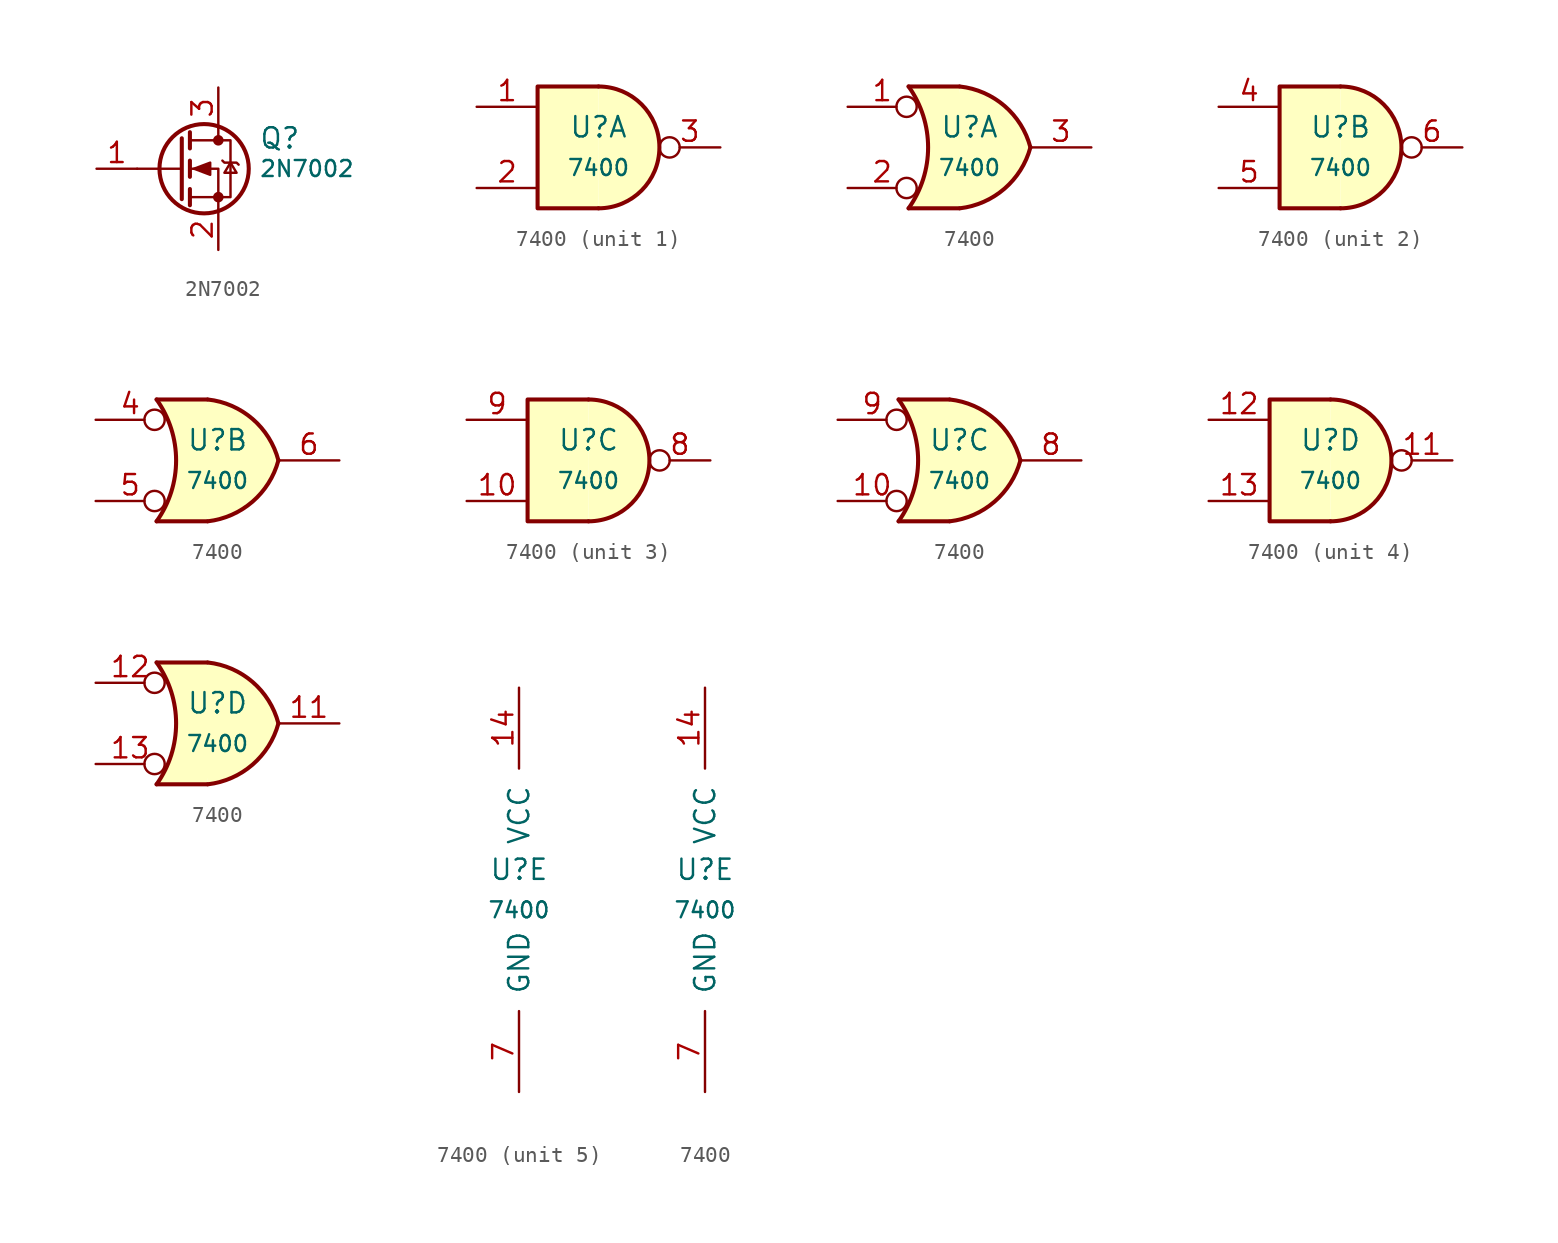
<source format=kicad_sym>
(kicad_symbol_lib
  (version 20231120)
  (generator "kicad_symbol_editor")
  (generator_version "8.0")
  (symbol "2N7002"
    (pin_names hide)
    (property "Reference" "Q"
      (at 5.08 1.905 0)
      (effects (font (size 1.27 1.27)) (justify left)))
    (property "Value" "2N7002"
      (at 5.08 0 0)
      (effects (font (size 1 1)) (justify left)))
    (symbol "2N7002_0_1"
      (polyline (pts (xy 0.254 0) (xy -2.54 0)) (stroke (width 0) (type default)) (fill (type none)))
      (polyline (pts (xy 0.254 1.905) (xy 0.254 -1.905)) (stroke (width 0.254) (type default)) (fill (type none)))
      (polyline (pts (xy 0.762 -1.27) (xy 0.762 -2.286)) (stroke (width 0.254) (type default)) (fill (type none)))
      (polyline (pts (xy 0.762 0.508) (xy 0.762 -0.508)) (stroke (width 0.254) (type default)) (fill (type none)))
      (polyline (pts (xy 0.762 2.286) (xy 0.762 1.27)) (stroke (width 0.254) (type default)) (fill (type none)))
      (polyline (pts (xy 2.54 2.54) (xy 2.54 1.778)) (stroke (width 0) (type default)) (fill (type none)))
      (polyline (pts (xy 2.54 -2.54) (xy 2.54 0) (xy 0.762 0)) (stroke (width 0) (type default)) (fill (type none)))
      (polyline (pts (xy 0.762 -1.778) (xy 3.302 -1.778) (xy 3.302 1.778) (xy 0.762 1.778)) (stroke (width 0) (type default)) (fill (type none)))
      (polyline (pts (xy 1.016 0) (xy 2.032 0.381) (xy 2.032 -0.381) (xy 1.016 0)) (stroke (width 0) (type default)) (fill (type outline)))
      (polyline (pts (xy 2.794 0.508) (xy 2.921 0.381) (xy 3.683 0.381) (xy 3.81 0.254)) (stroke (width 0) (type default)) (fill (type none)))
      (polyline (pts (xy 3.302 0.381) (xy 2.921 -0.254) (xy 3.683 -0.254) (xy 3.302 0.381)) (stroke (width 0) (type default)) (fill (type none)))
      (circle (center 1.651 0) (radius 2.794) (stroke (width 0.254) (type default)) (fill (type none)))
      (circle (center 2.54 -1.778) (radius 0.254) (stroke (width 0) (type default)) (fill (type outline)))
      (circle (center 2.54 1.778) (radius 0.254) (stroke (width 0) (type default)) (fill (type outline))))
    (symbol "2N7002_1_1"
      (pin input line (at -5.08 0 0) (length 2.54) (name "G" (effects (font (size 1.27 1.27)))) (number "1" (effects (font (size 1.27 1.27)))))
      (pin passive line (at 2.54 -5.08 90) (length 2.54) (name "S" (effects (font (size 1.27 1.27)))) (number "2" (effects (font (size 1.27 1.27)))))
      (pin passive line (at 2.54 5.08 270) (length 2.54) (name "D" (effects (font (size 1.27 1.27)))) (number "3" (effects (font (size 1.27 1.27)))))))
  (symbol "7400"
    (pin_names
      (offset 1.016))
    (property "Reference" "U"
      (at 0 1.27 0)
      (effects (font (size 1.27 1.27))))
    (property "Value" "7400"
      (at 0 -1.27 0)
      (effects (font (size 1 1))))
    (property "ki_locked" ""
      (at 0 0 0)
      (effects (font (size 1.27 1.27))))
    (symbol "7400_1_1"
      (arc (start 0 -3.81) (mid 3.7934 0) (end 0 3.81) (stroke (width 0.254) (type default)) (fill (type background)))
      (polyline (pts (xy 0 3.81) (xy -3.81 3.81) (xy -3.81 -3.81) (xy 0 -3.81)) (stroke (width 0.254) (type default)) (fill (type background)))
      (pin input line (at -7.62 2.54 0) (length 3.81) (name "~" (effects (font (size 1.27 1.27)))) (number "1" (effects (font (size 1.27 1.27)))))
      (pin input line (at -7.62 -2.54 0) (length 3.81) (name "~" (effects (font (size 1.27 1.27)))) (number "2" (effects (font (size 1.27 1.27)))))
      (pin output inverted (at 7.62 0 180) (length 3.81) (name "~" (effects (font (size 1.27 1.27)))) (number "3" (effects (font (size 1.27 1.27))))))
    (symbol "7400_1_2"
      (arc (start -3.81 -3.81) (mid -2.589 0) (end -3.81 3.81) (stroke (width 0.254) (type default)) (fill (type none)))
      (arc (start -0.6096 -3.81) (mid 2.1842 -2.5851) (end 3.81 0) (stroke (width 0.254) (type default)) (fill (type background)))
      (polyline (pts (xy -3.81 -3.81) (xy -0.635 -3.81)) (stroke (width 0.254) (type default)) (fill (type background)))
      (polyline (pts (xy -3.81 3.81) (xy -0.635 3.81)) (stroke (width 0.254) (type default)) (fill (type background)))
      (polyline (pts (xy -0.635 3.81) (xy -3.81 3.81) (xy -3.81 3.81) (xy -3.556 3.404) (xy -3.023 2.261) (xy -2.692 1.041) (xy -2.616 -0.254) (xy -2.769 -1.499) (xy -3.175 -2.718) (xy -3.81 -3.81) (xy -3.81 -3.81) (xy -0.635 -3.81)) (stroke (width -25.4) (type default)) (fill (type background)))
      (arc (start 3.81 0) (mid 2.1915 2.5936) (end -0.6096 3.81) (stroke (width 0.254) (type default)) (fill (type background)))
      (pin input inverted (at -7.62 2.54 0) (length 4.318) (name "~" (effects (font (size 1.27 1.27)))) (number "1" (effects (font (size 1.27 1.27)))))
      (pin input inverted (at -7.62 -2.54 0) (length 4.318) (name "~" (effects (font (size 1.27 1.27)))) (number "2" (effects (font (size 1.27 1.27)))))
      (pin output line (at 7.62 0 180) (length 3.81) (name "~" (effects (font (size 1.27 1.27)))) (number "3" (effects (font (size 1.27 1.27))))))
    (symbol "7400_2_1"
      (arc (start 0 -3.81) (mid 3.7934 0) (end 0 3.81) (stroke (width 0.254) (type default)) (fill (type background)))
      (polyline (pts (xy 0 3.81) (xy -3.81 3.81) (xy -3.81 -3.81) (xy 0 -3.81)) (stroke (width 0.254) (type default)) (fill (type background)))
      (pin input line (at -7.62 2.54 0) (length 3.81) (name "~" (effects (font (size 1.27 1.27)))) (number "4" (effects (font (size 1.27 1.27)))))
      (pin input line (at -7.62 -2.54 0) (length 3.81) (name "~" (effects (font (size 1.27 1.27)))) (number "5" (effects (font (size 1.27 1.27)))))
      (pin output inverted (at 7.62 0 180) (length 3.81) (name "~" (effects (font (size 1.27 1.27)))) (number "6" (effects (font (size 1.27 1.27))))))
    (symbol "7400_2_2"
      (arc (start -3.81 -3.81) (mid -2.589 0) (end -3.81 3.81) (stroke (width 0.254) (type default)) (fill (type none)))
      (arc (start -0.6096 -3.81) (mid 2.1842 -2.5851) (end 3.81 0) (stroke (width 0.254) (type default)) (fill (type background)))
      (polyline (pts (xy -3.81 -3.81) (xy -0.635 -3.81)) (stroke (width 0.254) (type default)) (fill (type background)))
      (polyline (pts (xy -3.81 3.81) (xy -0.635 3.81)) (stroke (width 0.254) (type default)) (fill (type background)))
      (polyline (pts (xy -0.635 3.81) (xy -3.81 3.81) (xy -3.81 3.81) (xy -3.556 3.404) (xy -3.023 2.261) (xy -2.692 1.041) (xy -2.616 -0.254) (xy -2.769 -1.499) (xy -3.175 -2.718) (xy -3.81 -3.81) (xy -3.81 -3.81) (xy -0.635 -3.81)) (stroke (width -25.4) (type default)) (fill (type background)))
      (arc (start 3.81 0) (mid 2.1915 2.5936) (end -0.6096 3.81) (stroke (width 0.254) (type default)) (fill (type background)))
      (pin input inverted (at -7.62 2.54 0) (length 4.318) (name "~" (effects (font (size 1.27 1.27)))) (number "4" (effects (font (size 1.27 1.27)))))
      (pin input inverted (at -7.62 -2.54 0) (length 4.318) (name "~" (effects (font (size 1.27 1.27)))) (number "5" (effects (font (size 1.27 1.27)))))
      (pin output line (at 7.62 0 180) (length 3.81) (name "~" (effects (font (size 1.27 1.27)))) (number "6" (effects (font (size 1.27 1.27))))))
    (symbol "7400_3_1"
      (arc (start 0 -3.81) (mid 3.7934 0) (end 0 3.81) (stroke (width 0.254) (type default)) (fill (type background)))
      (polyline (pts (xy 0 3.81) (xy -3.81 3.81) (xy -3.81 -3.81) (xy 0 -3.81)) (stroke (width 0.254) (type default)) (fill (type background)))
      (pin input line (at -7.62 -2.54 0) (length 3.81) (name "~" (effects (font (size 1.27 1.27)))) (number "10" (effects (font (size 1.27 1.27)))))
      (pin output inverted (at 7.62 0 180) (length 3.81) (name "~" (effects (font (size 1.27 1.27)))) (number "8" (effects (font (size 1.27 1.27)))))
      (pin input line (at -7.62 2.54 0) (length 3.81) (name "~" (effects (font (size 1.27 1.27)))) (number "9" (effects (font (size 1.27 1.27))))))
    (symbol "7400_3_2"
      (arc (start -3.81 -3.81) (mid -2.589 0) (end -3.81 3.81) (stroke (width 0.254) (type default)) (fill (type none)))
      (arc (start -0.6096 -3.81) (mid 2.1842 -2.5851) (end 3.81 0) (stroke (width 0.254) (type default)) (fill (type background)))
      (polyline (pts (xy -3.81 -3.81) (xy -0.635 -3.81)) (stroke (width 0.254) (type default)) (fill (type background)))
      (polyline (pts (xy -3.81 3.81) (xy -0.635 3.81)) (stroke (width 0.254) (type default)) (fill (type background)))
      (polyline (pts (xy -0.635 3.81) (xy -3.81 3.81) (xy -3.81 3.81) (xy -3.556 3.404) (xy -3.023 2.261) (xy -2.692 1.041) (xy -2.616 -0.254) (xy -2.769 -1.499) (xy -3.175 -2.718) (xy -3.81 -3.81) (xy -3.81 -3.81) (xy -0.635 -3.81)) (stroke (width -25.4) (type default)) (fill (type background)))
      (arc (start 3.81 0) (mid 2.1915 2.5936) (end -0.6096 3.81) (stroke (width 0.254) (type default)) (fill (type background)))
      (pin input inverted (at -7.62 -2.54 0) (length 4.318) (name "~" (effects (font (size 1.27 1.27)))) (number "10" (effects (font (size 1.27 1.27)))))
      (pin output line (at 7.62 0 180) (length 3.81) (name "~" (effects (font (size 1.27 1.27)))) (number "8" (effects (font (size 1.27 1.27)))))
      (pin input inverted (at -7.62 2.54 0) (length 4.318) (name "~" (effects (font (size 1.27 1.27)))) (number "9" (effects (font (size 1.27 1.27))))))
    (symbol "7400_4_1"
      (arc (start 0 -3.81) (mid 3.7934 0) (end 0 3.81) (stroke (width 0.254) (type default)) (fill (type background)))
      (polyline (pts (xy 0 3.81) (xy -3.81 3.81) (xy -3.81 -3.81) (xy 0 -3.81)) (stroke (width 0.254) (type default)) (fill (type background)))
      (pin output inverted (at 7.62 0 180) (length 3.81) (name "~" (effects (font (size 1.27 1.27)))) (number "11" (effects (font (size 1.27 1.27)))))
      (pin input line (at -7.62 2.54 0) (length 3.81) (name "~" (effects (font (size 1.27 1.27)))) (number "12" (effects (font (size 1.27 1.27)))))
      (pin input line (at -7.62 -2.54 0) (length 3.81) (name "~" (effects (font (size 1.27 1.27)))) (number "13" (effects (font (size 1.27 1.27))))))
    (symbol "7400_4_2"
      (arc (start -3.81 -3.81) (mid -2.589 0) (end -3.81 3.81) (stroke (width 0.254) (type default)) (fill (type none)))
      (arc (start -0.6096 -3.81) (mid 2.1842 -2.5851) (end 3.81 0) (stroke (width 0.254) (type default)) (fill (type background)))
      (polyline (pts (xy -3.81 -3.81) (xy -0.635 -3.81)) (stroke (width 0.254) (type default)) (fill (type background)))
      (polyline (pts (xy -3.81 3.81) (xy -0.635 3.81)) (stroke (width 0.254) (type default)) (fill (type background)))
      (polyline (pts (xy -0.635 3.81) (xy -3.81 3.81) (xy -3.81 3.81) (xy -3.556 3.404) (xy -3.023 2.261) (xy -2.692 1.041) (xy -2.616 -0.254) (xy -2.769 -1.499) (xy -3.175 -2.718) (xy -3.81 -3.81) (xy -3.81 -3.81) (xy -0.635 -3.81)) (stroke (width -25.4) (type default)) (fill (type background)))
      (arc (start 3.81 0) (mid 2.1915 2.5936) (end -0.6096 3.81) (stroke (width 0.254) (type default)) (fill (type background)))
      (pin output line (at 7.62 0 180) (length 3.81) (name "~" (effects (font (size 1.27 1.27)))) (number "11" (effects (font (size 1.27 1.27)))))
      (pin input inverted (at -7.62 2.54 0) (length 4.318) (name "~" (effects (font (size 1.27 1.27)))) (number "12" (effects (font (size 1.27 1.27)))))
      (pin input inverted (at -7.62 -2.54 0) (length 4.318) (name "~" (effects (font (size 1.27 1.27)))) (number "13" (effects (font (size 1.27 1.27))))))
    (symbol "7400_5_0"
      (pin power_in line (at 0 12.7 270) (length 5.08) (name "VCC" (effects (font (size 1.27 1.27)))) (number "14" (effects (font (size 1.27 1.27)))))
      (pin power_in line (at 0 -12.7 90) (length 5.08) (name "GND" (effects (font (size 1.27 1.27)))) (number "7" (effects (font (size 1.27 1.27))))))))
</source>
